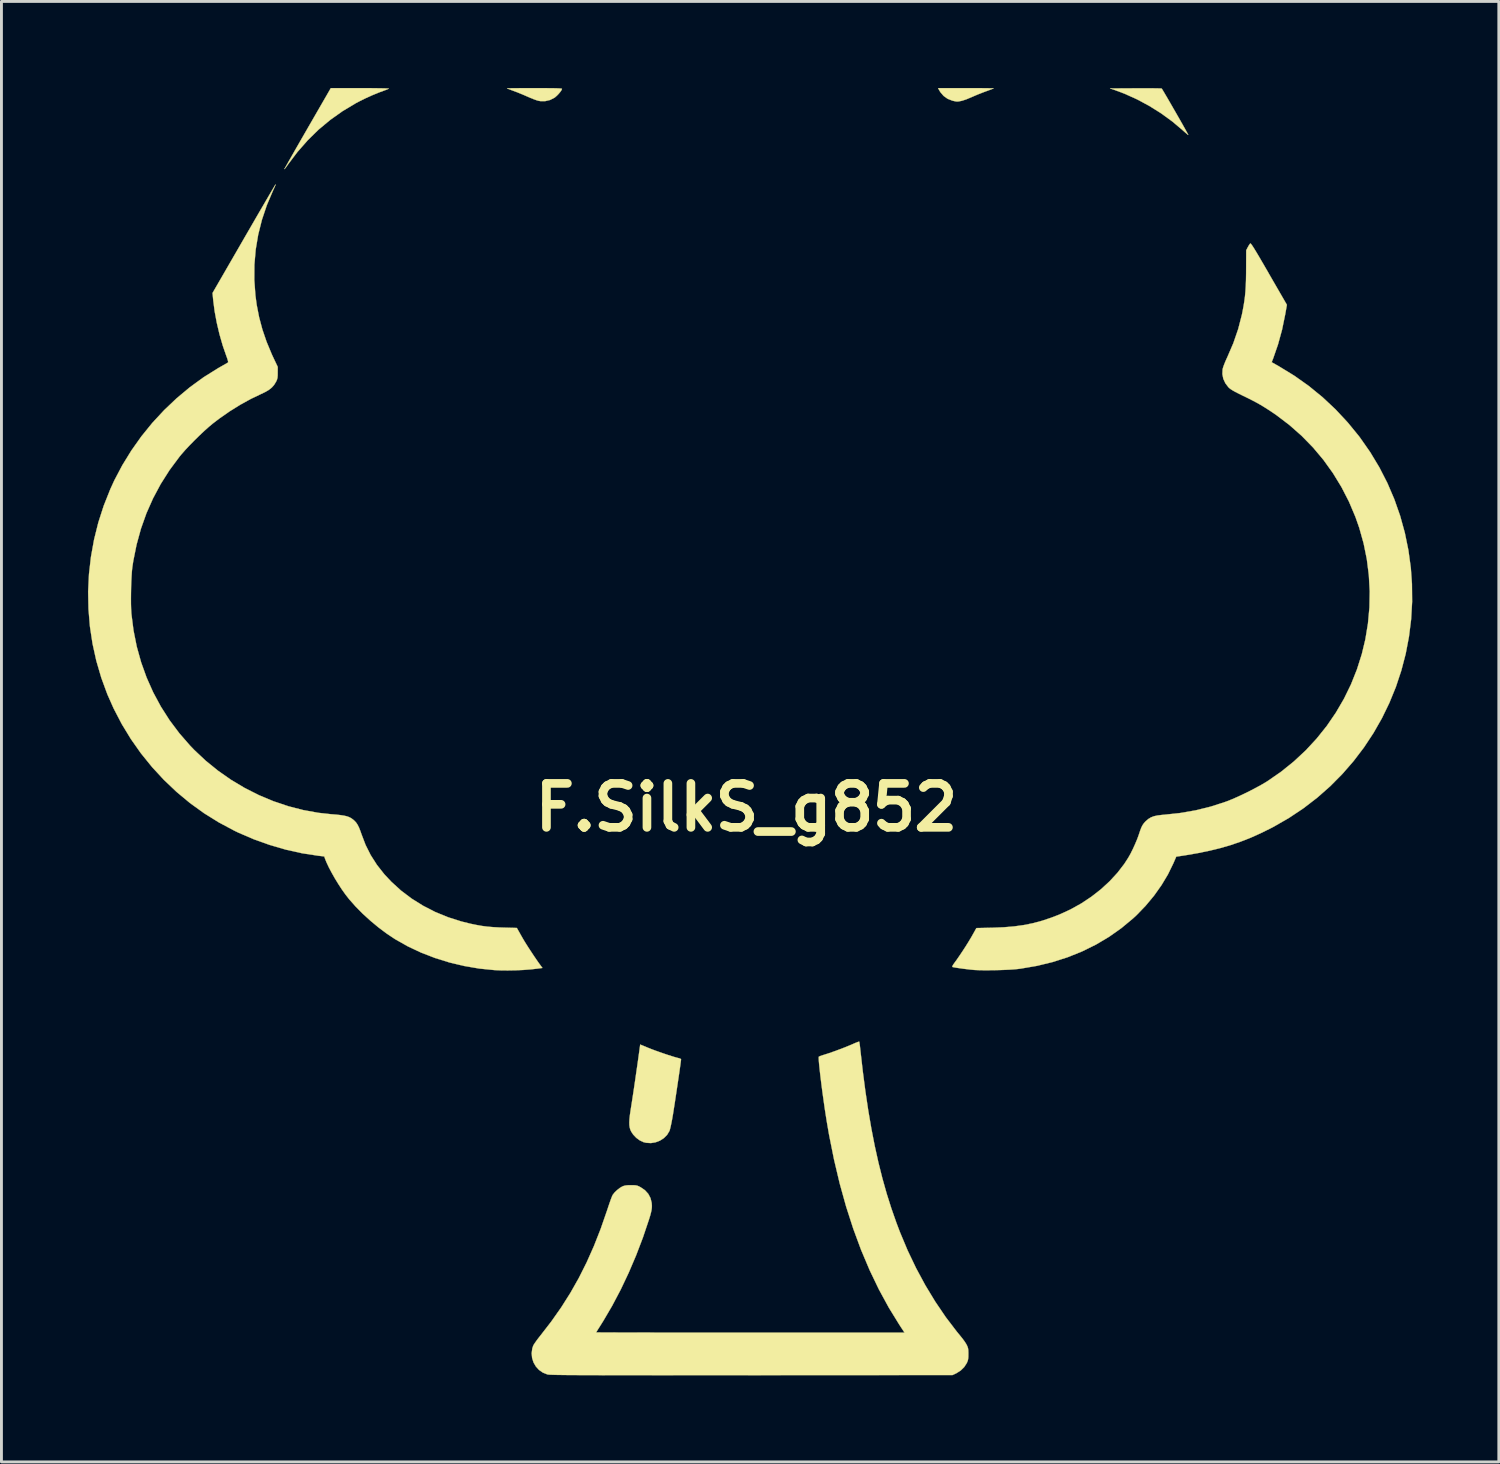
<source format=kicad_pcb>
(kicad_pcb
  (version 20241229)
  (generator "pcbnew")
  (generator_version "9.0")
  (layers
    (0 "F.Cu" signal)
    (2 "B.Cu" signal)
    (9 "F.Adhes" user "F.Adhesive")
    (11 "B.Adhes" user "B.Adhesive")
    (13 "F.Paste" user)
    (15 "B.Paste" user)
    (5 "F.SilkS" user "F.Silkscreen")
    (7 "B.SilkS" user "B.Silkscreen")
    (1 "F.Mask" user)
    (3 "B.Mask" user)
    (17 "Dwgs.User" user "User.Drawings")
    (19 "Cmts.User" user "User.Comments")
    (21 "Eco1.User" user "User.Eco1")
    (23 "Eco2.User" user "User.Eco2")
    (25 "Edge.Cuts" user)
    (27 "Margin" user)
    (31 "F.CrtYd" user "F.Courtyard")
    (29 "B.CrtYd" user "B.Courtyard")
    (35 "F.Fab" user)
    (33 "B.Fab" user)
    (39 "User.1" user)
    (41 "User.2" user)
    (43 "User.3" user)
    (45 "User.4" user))
  (footprint "F.SilkS_g852"
    (layer "F.Cu")
    (at 22.822 24.939)
    (property "Reference" "F.SilkS_g852" (at 0 0 0) (layer "F.SilkS") (effects (font (size 1.524 1.524) (thickness 0.3))))
    (attr through_hole)
    (fp_poly (pts (xy 7.81 -24.934) (xy 7.993 -24.934) (xy 8.159 -24.933) (xy 8.302 -24.932) (xy 8.419 -24.93) (xy 8.505 -24.929) (xy 8.557 -24.927) (xy 8.571 -24.926) (xy 8.549 -24.916) (xy 8.494 -24.894) (xy 8.415 -24.864) (xy 8.319 -24.829) (xy 8.291 -24.819) (xy 8.163 -24.771) (xy 8.022 -24.715) (xy 7.888 -24.658) (xy 7.791 -24.616) (xy 7.621 -24.545) (xy 7.472 -24.496) (xy 7.349 -24.472) (xy 7.294 -24.47) (xy 7.249 -24.476) (xy 7.181 -24.49) (xy 7.133 -24.502) (xy 6.973 -24.566) (xy 6.835 -24.665) (xy 6.724 -24.794) (xy 6.681 -24.866) (xy 6.645 -24.934) (xy 7.612 -24.934) (xy 7.81 -24.934)) (stroke (width 0.01) (type solid)) (fill yes) (layer "F.SilkS"))
    (fp_poly (pts (xy 14.018 -24.929) (xy 14.155 -24.928) (xy 14.266 -24.926) (xy 14.345 -24.924) (xy 14.389 -24.92) (xy 14.396 -24.919) (xy 14.412 -24.896) (xy 14.445 -24.841) (xy 14.494 -24.759) (xy 14.555 -24.655) (xy 14.626 -24.533) (xy 14.704 -24.398) (xy 14.787 -24.254) (xy 14.872 -24.106) (xy 14.957 -23.958) (xy 15.039 -23.815) (xy 15.115 -23.681) (xy 15.182 -23.561) (xy 15.239 -23.46) (xy 15.282 -23.381) (xy 15.309 -23.33) (xy 15.318 -23.312) (xy 15.3 -23.322) (xy 15.257 -23.356) (xy 15.197 -23.408) (xy 15.124 -23.473) (xy 15.121 -23.476) (xy 14.766 -23.776) (xy 14.379 -24.058) (xy 13.968 -24.316) (xy 13.54 -24.546) (xy 13.102 -24.743) (xy 12.753 -24.874) (xy 12.605 -24.924) (xy 13.492 -24.929) (xy 13.682 -24.93) (xy 13.859 -24.93) (xy 14.018 -24.929)) (stroke (width 0.01) (type solid)) (fill yes) (layer "F.SilkS"))
    (fp_poly (pts (xy -7.113 -24.934) (xy -6.917 -24.933) (xy -6.757 -24.932) (xy -6.63 -24.93) (xy -6.534 -24.927) (xy -6.465 -24.923) (xy -6.421 -24.919) (xy -6.398 -24.913) (xy -6.392 -24.908) (xy -6.407 -24.868) (xy -6.446 -24.81) (xy -6.501 -24.743) (xy -6.564 -24.677) (xy -6.627 -24.621) (xy -6.654 -24.601) (xy -6.807 -24.523) (xy -6.972 -24.484) (xy -7.141 -24.484) (xy -7.218 -24.498) (xy -7.284 -24.518) (xy -7.376 -24.552) (xy -7.481 -24.594) (xy -7.573 -24.634) (xy -7.697 -24.688) (xy -7.838 -24.747) (xy -7.975 -24.802) (xy -8.05 -24.83) (xy -8.142 -24.864) (xy -8.22 -24.894) (xy -8.274 -24.915) (xy -8.296 -24.926) (xy -8.277 -24.927) (xy -8.22 -24.929) (xy -8.129 -24.931) (xy -8.009 -24.932) (xy -7.862 -24.933) (xy -7.695 -24.934) (xy -7.51 -24.934) (xy -7.348 -24.934) (xy -7.113 -24.934)) (stroke (width 0.01) (type solid)) (fill yes) (layer "F.SilkS"))
    (fp_poly (pts (xy -13.188 -24.934) (xy -13 -24.933) (xy -12.83 -24.931) (xy -12.683 -24.929) (xy -12.562 -24.927) (xy -12.47 -24.924) (xy -12.413 -24.92) (xy -12.394 -24.917) (xy -12.394 -24.917) (xy -12.422 -24.902) (xy -12.48 -24.878) (xy -12.556 -24.85) (xy -12.584 -24.84) (xy -12.769 -24.771) (xy -12.976 -24.685) (xy -13.188 -24.589) (xy -13.392 -24.489) (xy -13.535 -24.414) (xy -13.993 -24.14) (xy -14.424 -23.834) (xy -14.829 -23.497) (xy -15.207 -23.126) (xy -15.562 -22.721) (xy -15.894 -22.282) (xy -15.896 -22.278) (xy -15.947 -22.206) (xy -15.987 -22.154) (xy -16.01 -22.127) (xy -16.014 -22.129) (xy -16.002 -22.154) (xy -15.969 -22.212) (xy -15.919 -22.301) (xy -15.853 -22.418) (xy -15.772 -22.56) (xy -15.679 -22.724) (xy -15.574 -22.907) (xy -15.46 -23.106) (xy -15.338 -23.318) (xy -15.21 -23.54) (xy -15.203 -23.553) (xy -14.406 -24.934) (xy -13.39 -24.934) (xy -13.188 -24.934)) (stroke (width 0.01) (type solid)) (fill yes) (layer "F.SilkS"))
    (fp_poly (pts (xy -3.407 8.33) (xy -3.297 8.374) (xy -3.167 8.423) (xy -3.023 8.474) (xy -2.875 8.526) (xy -2.729 8.575) (xy -2.594 8.618) (xy -2.478 8.654) (xy -2.387 8.679) (xy -2.344 8.689) (xy -2.293 8.705) (xy -2.266 8.724) (xy -2.265 8.728) (xy -2.268 8.76) (xy -2.277 8.829) (xy -2.29 8.93) (xy -2.308 9.057) (xy -2.329 9.205) (xy -2.353 9.369) (xy -2.379 9.544) (xy -2.406 9.725) (xy -2.433 9.907) (xy -2.46 10.085) (xy -2.485 10.253) (xy -2.509 10.406) (xy -2.53 10.54) (xy -2.547 10.649) (xy -2.552 10.675) (xy -2.576 10.814) (xy -2.601 10.944) (xy -2.625 11.057) (xy -2.647 11.147) (xy -2.663 11.204) (xy -2.667 11.212) (xy -2.749 11.349) (xy -2.862 11.462) (xy -2.998 11.549) (xy -3.15 11.607) (xy -3.311 11.633) (xy -3.475 11.623) (xy -3.571 11.599) (xy -3.696 11.54) (xy -3.818 11.45) (xy -3.923 11.34) (xy -3.995 11.231) (xy -4.025 11.163) (xy -4.045 11.091) (xy -4.057 11.01) (xy -4.059 10.914) (xy -4.053 10.797) (xy -4.037 10.654) (xy -4.011 10.478) (xy -3.992 10.355) (xy -3.971 10.222) (xy -3.945 10.054) (xy -3.915 9.858) (xy -3.883 9.641) (xy -3.849 9.41) (xy -3.815 9.171) (xy -3.78 8.932) (xy -3.747 8.699) (xy -3.717 8.48) (xy -3.693 8.305) (xy -3.681 8.217) (xy -3.407 8.33)) (stroke (width 0.01) (type solid)) (fill yes) (layer "F.SilkS"))
    (fp_poly (pts (xy 3.916 8.139) (xy 3.925 8.197) (xy 3.936 8.28) (xy 3.947 8.382) (xy 3.95 8.407) (xy 4.034 9.144) (xy 4.125 9.842) (xy 4.224 10.504) (xy 4.332 11.134) (xy 4.449 11.734) (xy 4.576 12.307) (xy 4.714 12.857) (xy 4.863 13.386) (xy 5.025 13.897) (xy 5.199 14.394) (xy 5.323 14.721) (xy 5.589 15.355) (xy 5.883 15.97) (xy 6.203 16.563) (xy 6.546 17.129) (xy 6.91 17.666) (xy 7.293 18.168) (xy 7.418 18.32) (xy 7.489 18.409) (xy 7.556 18.499) (xy 7.609 18.58) (xy 7.636 18.627) (xy 7.664 18.688) (xy 7.682 18.745) (xy 7.691 18.809) (xy 7.694 18.896) (xy 7.694 18.944) (xy 7.693 19.045) (xy 7.686 19.118) (xy 7.673 19.177) (xy 7.649 19.236) (xy 7.635 19.265) (xy 7.548 19.399) (xy 7.428 19.516) (xy 7.284 19.608) (xy 7.264 19.618) (xy 7.144 19.674) (xy 0.18 19.678) (xy -0.473 19.679) (xy -1.084 19.679) (xy -1.656 19.679) (xy -2.189 19.679) (xy -2.686 19.68) (xy -3.146 19.68) (xy -3.573 19.679) (xy -3.966 19.679) (xy -4.327 19.679) (xy -4.658 19.679) (xy -4.96 19.678) (xy -5.234 19.677) (xy -5.481 19.677) (xy -5.703 19.676) (xy -5.902 19.675) (xy -6.077 19.674) (xy -6.232 19.673) (xy -6.367 19.671) (xy -6.483 19.67) (xy -6.582 19.668) (xy -6.664 19.666) (xy -6.733 19.664) (xy -6.787 19.662) (xy -6.83 19.66) (xy -6.863 19.657) (xy -6.886 19.654) (xy -6.9 19.651) (xy -7.056 19.589) (xy -7.19 19.495) (xy -7.298 19.376) (xy -7.379 19.236) (xy -7.428 19.082) (xy -7.443 18.919) (xy -7.422 18.754) (xy -7.391 18.659) (xy -7.366 18.613) (xy -7.319 18.543) (xy -7.257 18.456) (xy -7.184 18.36) (xy -7.143 18.309) (xy -6.766 17.822) (xy -6.42 17.33) (xy -6.101 16.826) (xy -5.808 16.308) (xy -5.537 15.768) (xy -5.286 15.204) (xy -5.052 14.609) (xy -4.833 13.978) (xy -4.817 13.93) (xy -4.773 13.797) (xy -4.731 13.675) (xy -4.693 13.569) (xy -4.661 13.487) (xy -4.639 13.437) (xy -4.635 13.43) (xy -4.569 13.345) (xy -4.479 13.259) (xy -4.38 13.183) (xy -4.301 13.137) (xy -4.24 13.114) (xy -4.175 13.1) (xy -4.091 13.093) (xy -4 13.092) (xy -3.903 13.093) (xy -3.835 13.098) (xy -3.78 13.11) (xy -3.725 13.133) (xy -3.666 13.164) (xy -3.516 13.267) (xy -3.402 13.392) (xy -3.324 13.54) (xy -3.283 13.707) (xy -3.276 13.811) (xy -3.279 13.882) (xy -3.289 13.957) (xy -3.308 14.044) (xy -3.337 14.153) (xy -3.375 14.277) (xy -3.585 14.902) (xy -3.821 15.52) (xy -4.079 16.125) (xy -4.356 16.71) (xy -4.651 17.269) (xy -4.959 17.795) (xy -5.04 17.925) (xy -5.099 18.018) (xy -5.149 18.097) (xy -5.185 18.157) (xy -5.205 18.19) (xy -5.207 18.195) (xy -5.186 18.196) (xy -5.125 18.196) (xy -5.025 18.197) (xy -4.887 18.198) (xy -4.715 18.198) (xy -4.509 18.199) (xy -4.272 18.2) (xy -4.005 18.2) (xy -3.709 18.201) (xy -3.388 18.201) (xy -3.041 18.202) (xy -2.673 18.202) (xy -2.283 18.202) (xy -1.874 18.203) (xy -1.448 18.203) (xy -1.006 18.203) (xy -0.55 18.203) (xy -0.083 18.203) (xy 0.137 18.203) (xy 5.481 18.203) (xy 5.303 17.932) (xy 4.935 17.334) (xy 4.591 16.702) (xy 4.271 16.035) (xy 3.975 15.335) (xy 3.704 14.601) (xy 3.457 13.835) (xy 3.235 13.037) (xy 3.038 12.206) (xy 2.865 11.344) (xy 2.785 10.88) (xy 2.753 10.677) (xy 2.72 10.465) (xy 2.689 10.247) (xy 2.658 10.027) (xy 2.628 9.81) (xy 2.601 9.599) (xy 2.576 9.398) (xy 2.554 9.213) (xy 2.536 9.046) (xy 2.521 8.902) (xy 2.511 8.786) (xy 2.507 8.7) (xy 2.507 8.649) (xy 2.511 8.638) (xy 2.538 8.625) (xy 2.596 8.603) (xy 2.675 8.577) (xy 2.72 8.563) (xy 2.87 8.515) (xy 3.046 8.453) (xy 3.233 8.384) (xy 3.419 8.313) (xy 3.59 8.243) (xy 3.692 8.199) (xy 3.777 8.162) (xy 3.848 8.134) (xy 3.895 8.118) (xy 3.911 8.116) (xy 3.916 8.139)) (stroke (width 0.01) (type solid)) (fill yes) (layer "F.SilkS"))
    (fp_poly (pts (xy 17.476 -19.549) (xy 17.494 -19.531) (xy 17.522 -19.494) (xy 17.56 -19.437) (xy 17.611 -19.356) (xy 17.675 -19.251) (xy 17.755 -19.117) (xy 17.85 -18.954) (xy 17.964 -18.759) (xy 18.097 -18.529) (xy 18.114 -18.498) (xy 18.735 -17.423) (xy 18.678 -17.099) (xy 18.568 -16.563) (xy 18.426 -16.047) (xy 18.267 -15.586) (xy 18.208 -15.434) (xy 18.464 -15.289) (xy 18.99 -14.967) (xy 19.493 -14.611) (xy 19.971 -14.221) (xy 20.422 -13.798) (xy 20.844 -13.345) (xy 21.238 -12.863) (xy 21.273 -12.816) (xy 21.625 -12.312) (xy 21.94 -11.788) (xy 22.219 -11.244) (xy 22.459 -10.684) (xy 22.661 -10.108) (xy 22.824 -9.517) (xy 22.947 -8.915) (xy 23.031 -8.301) (xy 23.07 -7.751) (xy 23.076 -7.132) (xy 23.041 -6.521) (xy 22.966 -5.918) (xy 22.853 -5.326) (xy 22.701 -4.746) (xy 22.513 -4.179) (xy 22.288 -3.628) (xy 22.029 -3.094) (xy 21.735 -2.579) (xy 21.408 -2.084) (xy 21.049 -1.612) (xy 20.659 -1.163) (xy 20.239 -0.739) (xy 19.789 -0.342) (xy 19.311 0.026) (xy 18.806 0.363) (xy 18.274 0.669) (xy 18.172 0.722) (xy 17.821 0.895) (xy 17.48 1.048) (xy 17.139 1.182) (xy 16.794 1.301) (xy 16.437 1.405) (xy 16.061 1.497) (xy 15.66 1.58) (xy 15.227 1.655) (xy 15.012 1.688) (xy 14.9 1.704) (xy 14.799 1.937) (xy 14.613 2.318) (xy 14.388 2.693) (xy 14.129 3.058) (xy 13.84 3.405) (xy 13.526 3.731) (xy 13.404 3.844) (xy 13 4.18) (xy 12.571 4.483) (xy 12.116 4.753) (xy 11.637 4.989) (xy 11.136 5.191) (xy 10.613 5.358) (xy 10.07 5.49) (xy 9.509 5.586) (xy 9.398 5.6) (xy 9.281 5.611) (xy 9.132 5.621) (xy 8.96 5.629) (xy 8.773 5.636) (xy 8.581 5.64) (xy 8.391 5.642) (xy 8.213 5.642) (xy 8.056 5.639) (xy 7.927 5.634) (xy 7.874 5.63) (xy 7.76 5.619) (xy 7.637 5.604) (xy 7.512 5.589) (xy 7.394 5.572) (xy 7.289 5.557) (xy 7.207 5.543) (xy 7.154 5.532) (xy 7.14 5.528) (xy 7.138 5.503) (xy 7.166 5.45) (xy 7.211 5.387) (xy 7.293 5.275) (xy 7.389 5.135) (xy 7.493 4.98) (xy 7.598 4.818) (xy 7.697 4.659) (xy 7.784 4.515) (xy 7.836 4.424) (xy 7.972 4.18) (xy 8.542 4.168) (xy 8.928 4.152) (xy 9.282 4.122) (xy 9.613 4.076) (xy 9.931 4.012) (xy 10.244 3.928) (xy 10.561 3.822) (xy 10.845 3.713) (xy 11.231 3.536) (xy 11.603 3.329) (xy 11.956 3.095) (xy 12.287 2.837) (xy 12.59 2.558) (xy 12.863 2.262) (xy 13.101 1.952) (xy 13.237 1.741) (xy 13.316 1.601) (xy 13.398 1.436) (xy 13.477 1.262) (xy 13.548 1.092) (xy 13.603 0.942) (xy 13.608 0.924) (xy 13.653 0.791) (xy 13.692 0.69) (xy 13.732 0.612) (xy 13.777 0.547) (xy 13.831 0.487) (xy 13.847 0.472) (xy 13.932 0.399) (xy 14.022 0.344) (xy 14.125 0.304) (xy 14.251 0.277) (xy 14.407 0.258) (xy 14.459 0.254) (xy 15.024 0.194) (xy 15.568 0.1) (xy 16.095 -0.03) (xy 16.608 -0.196) (xy 16.658 -0.214) (xy 16.833 -0.284) (xy 17.032 -0.371) (xy 17.245 -0.471) (xy 17.462 -0.578) (xy 17.672 -0.688) (xy 17.865 -0.794) (xy 18.032 -0.893) (xy 18.066 -0.915) (xy 18.537 -1.241) (xy 18.978 -1.597) (xy 19.39 -1.981) (xy 19.77 -2.392) (xy 20.118 -2.827) (xy 20.432 -3.286) (xy 20.712 -3.766) (xy 20.956 -4.266) (xy 21.163 -4.785) (xy 21.333 -5.321) (xy 21.454 -5.826) (xy 21.545 -6.379) (xy 21.596 -6.936) (xy 21.606 -7.496) (xy 21.575 -8.054) (xy 21.505 -8.608) (xy 21.394 -9.155) (xy 21.244 -9.691) (xy 21.109 -10.075) (xy 20.885 -10.604) (xy 20.625 -11.109) (xy 20.331 -11.59) (xy 20.004 -12.046) (xy 19.644 -12.475) (xy 19.252 -12.877) (xy 18.829 -13.251) (xy 18.376 -13.596) (xy 18.235 -13.693) (xy 18.085 -13.792) (xy 17.95 -13.878) (xy 17.823 -13.955) (xy 17.692 -14.029) (xy 17.55 -14.104) (xy 17.387 -14.187) (xy 17.207 -14.274) (xy 17.058 -14.348) (xy 16.942 -14.407) (xy 16.854 -14.457) (xy 16.788 -14.499) (xy 16.739 -14.537) (xy 16.708 -14.566) (xy 16.602 -14.705) (xy 16.531 -14.859) (xy 16.499 -15.021) (xy 16.506 -15.185) (xy 16.509 -15.2) (xy 16.527 -15.264) (xy 16.56 -15.355) (xy 16.603 -15.462) (xy 16.653 -15.574) (xy 16.667 -15.603) (xy 16.878 -16.093) (xy 17.047 -16.584) (xy 17.174 -17.076) (xy 17.197 -17.189) (xy 17.232 -17.376) (xy 17.26 -17.549) (xy 17.282 -17.717) (xy 17.298 -17.887) (xy 17.309 -18.069) (xy 17.317 -18.271) (xy 17.321 -18.501) (xy 17.322 -18.669) (xy 17.325 -19.315) (xy 17.381 -19.422) (xy 17.417 -19.485) (xy 17.45 -19.533) (xy 17.466 -19.551) (xy 17.476 -19.549)) (stroke (width 0.01) (type solid)) (fill yes) (layer "F.SilkS"))
    (fp_poly (pts (xy -16.32 -21.589) (xy -16.335 -21.549) (xy -16.363 -21.482) (xy -16.402 -21.397) (xy -16.411 -21.378) (xy -16.623 -20.878) (xy -16.793 -20.371) (xy -16.922 -19.857) (xy -17.009 -19.337) (xy -17.054 -18.811) (xy -17.057 -18.281) (xy -17.018 -17.747) (xy -16.974 -17.42) (xy -16.89 -16.99) (xy -16.777 -16.567) (xy -16.632 -16.143) (xy -16.452 -15.711) (xy -16.376 -15.547) (xy -16.245 -15.272) (xy -16.246 -15.071) (xy -16.247 -14.971) (xy -16.253 -14.9) (xy -16.266 -14.844) (xy -16.288 -14.788) (xy -16.306 -14.753) (xy -16.371 -14.647) (xy -16.45 -14.557) (xy -16.551 -14.476) (xy -16.681 -14.4) (xy -16.831 -14.328) (xy -17.186 -14.158) (xy -17.549 -13.957) (xy -17.912 -13.731) (xy -18.262 -13.487) (xy -18.495 -13.309) (xy -18.635 -13.192) (xy -18.793 -13.051) (xy -18.961 -12.892) (xy -19.131 -12.725) (xy -19.296 -12.557) (xy -19.448 -12.395) (xy -19.579 -12.246) (xy -19.65 -12.16) (xy -19.995 -11.696) (xy -20.3 -11.215) (xy -20.567 -10.716) (xy -20.796 -10.2) (xy -20.986 -9.665) (xy -21.138 -9.112) (xy -21.253 -8.541) (xy -21.285 -8.329) (xy -21.299 -8.202) (xy -21.31 -8.041) (xy -21.32 -7.856) (xy -21.327 -7.655) (xy -21.331 -7.448) (xy -21.333 -7.244) (xy -21.332 -7.051) (xy -21.327 -6.879) (xy -21.319 -6.737) (xy -21.317 -6.71) (xy -21.244 -6.136) (xy -21.132 -5.576) (xy -20.98 -5.031) (xy -20.79 -4.502) (xy -20.562 -3.99) (xy -20.297 -3.498) (xy -19.995 -3.025) (xy -19.657 -2.573) (xy -19.282 -2.143) (xy -19.139 -1.994) (xy -18.739 -1.618) (xy -18.313 -1.273) (xy -17.864 -0.959) (xy -17.394 -0.678) (xy -16.906 -0.431) (xy -16.404 -0.22) (xy -15.89 -0.046) (xy -15.367 0.089) (xy -14.838 0.185) (xy -14.402 0.233) (xy -14.215 0.248) (xy -14.065 0.265) (xy -13.945 0.284) (xy -13.848 0.306) (xy -13.769 0.335) (xy -13.701 0.37) (xy -13.638 0.415) (xy -13.599 0.448) (xy -13.535 0.513) (xy -13.48 0.594) (xy -13.428 0.696) (xy -13.376 0.829) (xy -13.343 0.924) (xy -13.201 1.297) (xy -13.023 1.651) (xy -12.808 1.988) (xy -12.554 2.311) (xy -12.31 2.572) (xy -11.971 2.881) (xy -11.603 3.159) (xy -11.207 3.406) (xy -10.787 3.622) (xy -10.343 3.804) (xy -9.877 3.952) (xy -9.567 4.029) (xy -9.358 4.072) (xy -9.167 4.106) (xy -8.981 4.13) (xy -8.786 4.147) (xy -8.571 4.159) (xy -8.418 4.164) (xy -7.957 4.176) (xy -7.902 4.273) (xy -7.865 4.338) (xy -7.817 4.424) (xy -7.765 4.515) (xy -7.751 4.54) (xy -7.697 4.631) (xy -7.625 4.747) (xy -7.541 4.879) (xy -7.449 5.019) (xy -7.357 5.158) (xy -7.269 5.287) (xy -7.193 5.396) (xy -7.166 5.432) (xy -7.07 5.563) (xy -7.245 5.586) (xy -7.474 5.612) (xy -7.731 5.632) (xy -8.002 5.644) (xy -8.274 5.649) (xy -8.531 5.646) (xy -8.731 5.637) (xy -9.258 5.584) (xy -9.78 5.495) (xy -10.295 5.372) (xy -10.796 5.216) (xy -11.278 5.03) (xy -11.738 4.813) (xy -12.17 4.569) (xy -12.183 4.561) (xy -12.468 4.371) (xy -12.754 4.157) (xy -13.033 3.925) (xy -13.3 3.682) (xy -13.545 3.434) (xy -13.763 3.188) (xy -13.891 3.025) (xy -14.018 2.847) (xy -14.144 2.654) (xy -14.266 2.455) (xy -14.378 2.257) (xy -14.477 2.069) (xy -14.557 1.898) (xy -14.606 1.775) (xy -14.633 1.697) (xy -14.847 1.672) (xy -15.401 1.587) (xy -15.96 1.463) (xy -16.517 1.301) (xy -17.067 1.105) (xy -17.603 0.875) (xy -17.748 0.805) (xy -18.283 0.52) (xy -18.797 0.2) (xy -19.288 -0.154) (xy -19.753 -0.541) (xy -20.192 -0.958) (xy -20.603 -1.403) (xy -20.985 -1.875) (xy -21.335 -2.372) (xy -21.652 -2.893) (xy -21.934 -3.435) (xy -22.152 -3.926) (xy -22.362 -4.499) (xy -22.533 -5.083) (xy -22.664 -5.675) (xy -22.755 -6.274) (xy -22.805 -6.878) (xy -22.817 -7.483) (xy -22.788 -8.088) (xy -22.719 -8.69) (xy -22.611 -9.288) (xy -22.464 -9.878) (xy -22.277 -10.459) (xy -22.05 -11.029) (xy -21.91 -11.336) (xy -21.632 -11.864) (xy -21.318 -12.374) (xy -20.971 -12.864) (xy -20.592 -13.331) (xy -20.183 -13.772) (xy -19.748 -14.185) (xy -19.289 -14.568) (xy -18.808 -14.917) (xy -18.307 -15.23) (xy -18.161 -15.313) (xy -18.082 -15.357) (xy -18.017 -15.395) (xy -17.975 -15.421) (xy -17.965 -15.428) (xy -17.965 -15.454) (xy -17.978 -15.509) (xy -18.002 -15.585) (xy -18.022 -15.638) (xy -18.15 -16.006) (xy -18.263 -16.399) (xy -18.358 -16.801) (xy -18.432 -17.199) (xy -18.481 -17.58) (xy -18.482 -17.59) (xy -18.505 -17.833) (xy -17.425 -19.703) (xy -17.275 -19.962) (xy -17.131 -20.211) (xy -16.994 -20.448) (xy -16.866 -20.669) (xy -16.747 -20.872) (xy -16.64 -21.056) (xy -16.546 -21.217) (xy -16.467 -21.353) (xy -16.403 -21.461) (xy -16.356 -21.54) (xy -16.328 -21.586) (xy -16.32 -21.598) (xy -16.32 -21.589)) (stroke (width 0.01) (type solid)) (fill yes) (layer "F.SilkS")))
  (gr_rect
    (start -3 -3)
    (end 48.903 47.624)
    (stroke (width 0.1) (type default))
    (fill no)
    (layer "Edge.Cuts")))
</source>
